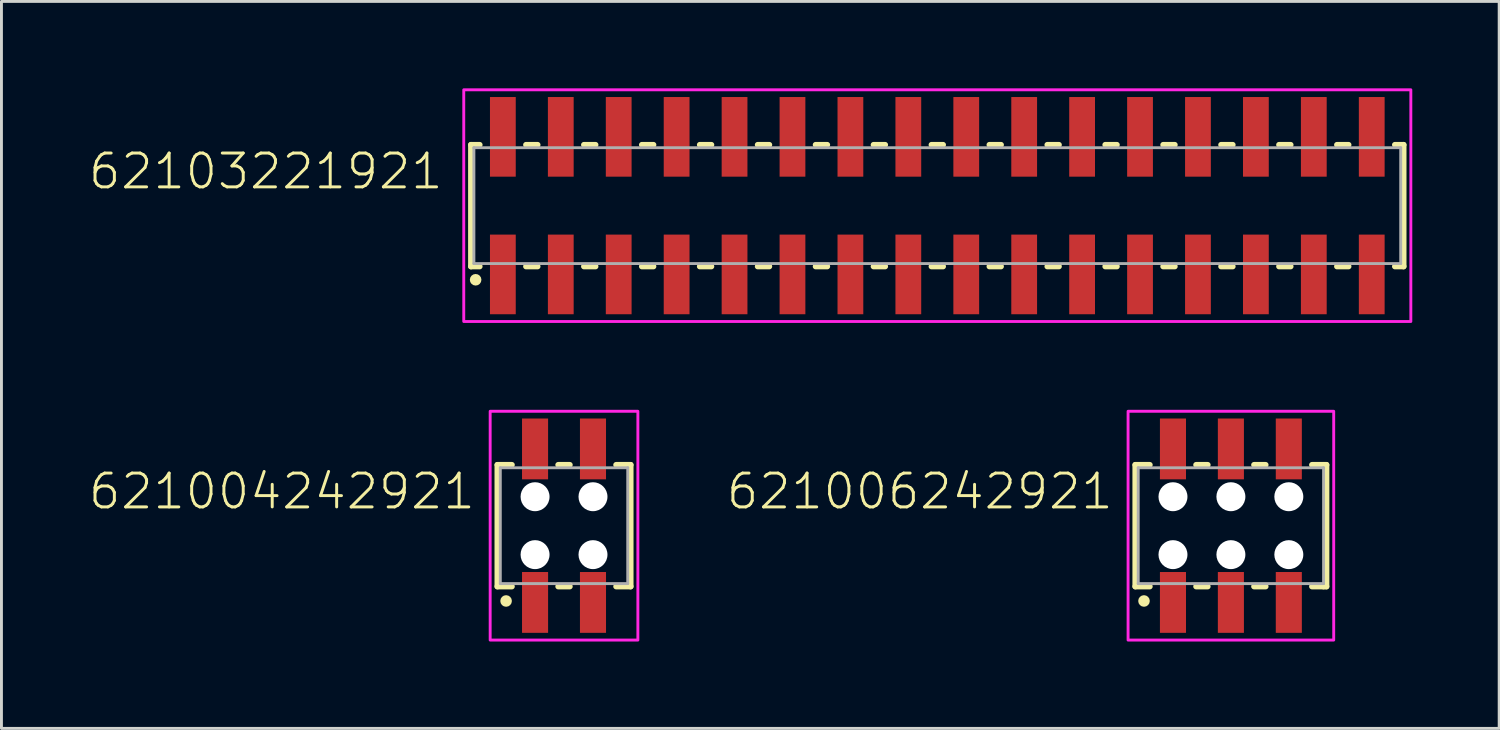
<source format=kicad_pcb>
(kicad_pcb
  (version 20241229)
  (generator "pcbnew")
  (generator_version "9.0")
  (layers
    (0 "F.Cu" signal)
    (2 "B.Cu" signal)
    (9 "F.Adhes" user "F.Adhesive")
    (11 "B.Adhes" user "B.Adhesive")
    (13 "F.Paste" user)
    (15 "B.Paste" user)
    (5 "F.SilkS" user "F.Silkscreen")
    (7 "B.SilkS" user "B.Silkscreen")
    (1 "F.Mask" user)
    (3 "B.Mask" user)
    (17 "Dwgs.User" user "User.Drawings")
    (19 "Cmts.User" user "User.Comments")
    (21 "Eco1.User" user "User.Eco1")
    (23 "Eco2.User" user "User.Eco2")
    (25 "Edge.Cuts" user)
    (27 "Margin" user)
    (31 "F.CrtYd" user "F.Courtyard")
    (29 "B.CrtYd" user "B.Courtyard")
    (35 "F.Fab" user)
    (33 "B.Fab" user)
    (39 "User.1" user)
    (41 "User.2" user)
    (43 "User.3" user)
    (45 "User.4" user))
  (footprint "62103221921"
    (layer "F.Cu")
    (at 29.312 4.05)
    (property "Reference" "62103221921" (at -17 -0.5 0) (unlocked yes) (layer "F.SilkS") (effects (font (size 1.168 1.168) (thickness 0.102)) (justify right bottom)))
    (fp_line (start -16.1 -2.1) (end -16.1 2.1) (stroke (width 0.2) (type solid)) (layer "F.SilkS"))
    (fp_line (start -16.1 2.1) (end -15.8 2.1) (stroke (width 0.2) (type solid)) (layer "F.SilkS"))
    (fp_line (start -15.8 -2.1) (end -16.1 -2.1) (stroke (width 0.2) (type solid)) (layer "F.SilkS"))
    (fp_line (start -14.2 -2.1) (end -13.8 -2.1) (stroke (width 0.2) (type solid)) (layer "F.SilkS"))
    (fp_line (start -13.8 2.1) (end -14.2 2.1) (stroke (width 0.2) (type solid)) (layer "F.SilkS"))
    (fp_line (start -12.2 -2.1) (end -11.8 -2.1) (stroke (width 0.2) (type solid)) (layer "F.SilkS"))
    (fp_line (start -11.8 2.1) (end -12.2 2.1) (stroke (width 0.2) (type solid)) (layer "F.SilkS"))
    (fp_line (start -10.2 -2.1) (end -9.8 -2.1) (stroke (width 0.2) (type solid)) (layer "F.SilkS"))
    (fp_line (start -9.8 2.1) (end -10.2 2.1) (stroke (width 0.2) (type solid)) (layer "F.SilkS"))
    (fp_line (start -8.2 -2.1) (end -7.8 -2.1) (stroke (width 0.2) (type solid)) (layer "F.SilkS"))
    (fp_line (start -7.8 2.1) (end -8.2 2.1) (stroke (width 0.2) (type solid)) (layer "F.SilkS"))
    (fp_line (start -6.2 -2.1) (end -5.8 -2.1) (stroke (width 0.2) (type solid)) (layer "F.SilkS"))
    (fp_line (start -5.8 2.1) (end -6.2 2.1) (stroke (width 0.2) (type solid)) (layer "F.SilkS"))
    (fp_line (start -4.2 -2.1) (end -3.8 -2.1) (stroke (width 0.2) (type solid)) (layer "F.SilkS"))
    (fp_line (start -3.8 2.1) (end -4.2 2.1) (stroke (width 0.2) (type solid)) (layer "F.SilkS"))
    (fp_line (start -2.2 -2.1) (end -1.8 -2.1) (stroke (width 0.2) (type solid)) (layer "F.SilkS"))
    (fp_line (start -1.8 2.1) (end -2.2 2.1) (stroke (width 0.2) (type solid)) (layer "F.SilkS"))
    (fp_line (start -0.2 -2.1) (end 0.2 -2.1) (stroke (width 0.2) (type solid)) (layer "F.SilkS"))
    (fp_line (start 0.2 2.1) (end -0.2 2.1) (stroke (width 0.2) (type solid)) (layer "F.SilkS"))
    (fp_line (start 1.8 -2.1) (end 2.2 -2.1) (stroke (width 0.2) (type solid)) (layer "F.SilkS"))
    (fp_line (start 2.2 2.1) (end 1.8 2.1) (stroke (width 0.2) (type solid)) (layer "F.SilkS"))
    (fp_line (start 3.8 -2.1) (end 4.2 -2.1) (stroke (width 0.2) (type solid)) (layer "F.SilkS"))
    (fp_line (start 4.2 2.1) (end 3.8 2.1) (stroke (width 0.2) (type solid)) (layer "F.SilkS"))
    (fp_line (start 5.8 -2.1) (end 6.2 -2.1) (stroke (width 0.2) (type solid)) (layer "F.SilkS"))
    (fp_line (start 6.2 2.1) (end 5.8 2.1) (stroke (width 0.2) (type solid)) (layer "F.SilkS"))
    (fp_line (start 7.8 -2.1) (end 8.2 -2.1) (stroke (width 0.2) (type solid)) (layer "F.SilkS"))
    (fp_line (start 8.2 2.1) (end 7.8 2.1) (stroke (width 0.2) (type solid)) (layer "F.SilkS"))
    (fp_line (start 9.8 -2.1) (end 10.2 -2.1) (stroke (width 0.2) (type solid)) (layer "F.SilkS"))
    (fp_line (start 10.2 2.1) (end 9.8 2.1) (stroke (width 0.2) (type solid)) (layer "F.SilkS"))
    (fp_line (start 11.8 -2.1) (end 12.2 -2.1) (stroke (width 0.2) (type solid)) (layer "F.SilkS"))
    (fp_line (start 12.2 2.1) (end 11.8 2.1) (stroke (width 0.2) (type solid)) (layer "F.SilkS"))
    (fp_line (start 13.8 -2.1) (end 14.2 -2.1) (stroke (width 0.2) (type solid)) (layer "F.SilkS"))
    (fp_line (start 14.2 2.1) (end 13.8 2.1) (stroke (width 0.2) (type solid)) (layer "F.SilkS"))
    (fp_line (start 15.8 -2.1) (end 16.1 -2.1) (stroke (width 0.2) (type solid)) (layer "F.SilkS"))
    (fp_line (start 16.1 -2.1) (end 16.1 2.1) (stroke (width 0.2) (type solid)) (layer "F.SilkS"))
    (fp_line (start 16.1 2.1) (end 15.8 2.1) (stroke (width 0.2) (type solid)) (layer "F.SilkS"))
    (fp_circle (center -15.94 2.56) (end -15.84 2.56) (stroke (width 0.2) (type solid)) (fill no) (layer "F.SilkS"))
    (fp_poly (pts (xy 16.35 4) (xy -16.35 4) (xy -16.35 -4) (xy 16.35 -4)) (stroke (width 0.1) (type default)) (fill no) (layer "F.CrtYd"))
    (fp_line (start -16 -2) (end 16 -2) (stroke (width 0.1) (type solid)) (layer "F.Fab"))
    (fp_line (start -16 2) (end -16 -2) (stroke (width 0.1) (type solid)) (layer "F.Fab"))
    (fp_line (start 16 -2) (end 16 2) (stroke (width 0.1) (type solid)) (layer "F.Fab"))
    (fp_line (start 16 2) (end -16 2) (stroke (width 0.1) (type solid)) (layer "F.Fab"))
    (pad "1" smd rect (at -15 2.375) (size 0.89 2.75) (layers "F.Cu" "F.Mask" "F.Paste"))
    (pad "2" smd rect (at -15 -2.375) (size 0.89 2.75) (layers "F.Cu" "F.Mask" "F.Paste"))
    (pad "3" smd rect (at -13 2.375) (size 0.89 2.75) (layers "F.Cu" "F.Mask" "F.Paste"))
    (pad "4" smd rect (at -13 -2.375) (size 0.89 2.75) (layers "F.Cu" "F.Mask" "F.Paste"))
    (pad "5" smd rect (at -11 2.375) (size 0.89 2.75) (layers "F.Cu" "F.Mask" "F.Paste"))
    (pad "6" smd rect (at -11 -2.375) (size 0.89 2.75) (layers "F.Cu" "F.Mask" "F.Paste"))
    (pad "7" smd rect (at -9 2.375) (size 0.89 2.75) (layers "F.Cu" "F.Mask" "F.Paste"))
    (pad "8" smd rect (at -9 -2.375) (size 0.89 2.75) (layers "F.Cu" "F.Mask" "F.Paste"))
    (pad "9" smd rect (at -7 2.375) (size 0.89 2.75) (layers "F.Cu" "F.Mask" "F.Paste"))
    (pad "10" smd rect (at -7 -2.375) (size 0.89 2.75) (layers "F.Cu" "F.Mask" "F.Paste"))
    (pad "11" smd rect (at -5 2.375) (size 0.89 2.75) (layers "F.Cu" "F.Mask" "F.Paste"))
    (pad "12" smd rect (at -5 -2.375) (size 0.89 2.75) (layers "F.Cu" "F.Mask" "F.Paste"))
    (pad "13" smd rect (at -3 2.375) (size 0.89 2.75) (layers "F.Cu" "F.Mask" "F.Paste"))
    (pad "14" smd rect (at -3 -2.375) (size 0.89 2.75) (layers "F.Cu" "F.Mask" "F.Paste"))
    (pad "15" smd rect (at -1 2.375) (size 0.89 2.75) (layers "F.Cu" "F.Mask" "F.Paste"))
    (pad "16" smd rect (at -1 -2.375) (size 0.89 2.75) (layers "F.Cu" "F.Mask" "F.Paste"))
    (pad "17" smd rect (at 1 2.375) (size 0.89 2.75) (layers "F.Cu" "F.Mask" "F.Paste"))
    (pad "18" smd rect (at 1 -2.375) (size 0.89 2.75) (layers "F.Cu" "F.Mask" "F.Paste"))
    (pad "19" smd rect (at 3 2.375) (size 0.89 2.75) (layers "F.Cu" "F.Mask" "F.Paste"))
    (pad "20" smd rect (at 3 -2.375) (size 0.89 2.75) (layers "F.Cu" "F.Mask" "F.Paste"))
    (pad "21" smd rect (at 5 2.375) (size 0.89 2.75) (layers "F.Cu" "F.Mask" "F.Paste"))
    (pad "22" smd rect (at 5 -2.375) (size 0.89 2.75) (layers "F.Cu" "F.Mask" "F.Paste"))
    (pad "23" smd rect (at 7 2.375) (size 0.89 2.75) (layers "F.Cu" "F.Mask" "F.Paste"))
    (pad "24" smd rect (at 7 -2.375) (size 0.89 2.75) (layers "F.Cu" "F.Mask" "F.Paste"))
    (pad "25" smd rect (at 9 2.375) (size 0.89 2.75) (layers "F.Cu" "F.Mask" "F.Paste"))
    (pad "26" smd rect (at 9 -2.375) (size 0.89 2.75) (layers "F.Cu" "F.Mask" "F.Paste"))
    (pad "27" smd rect (at 11 2.375) (size 0.89 2.75) (layers "F.Cu" "F.Mask" "F.Paste"))
    (pad "28" smd rect (at 11 -2.375) (size 0.89 2.75) (layers "F.Cu" "F.Mask" "F.Paste"))
    (pad "29" smd rect (at 13 2.375) (size 0.89 2.75) (layers "F.Cu" "F.Mask" "F.Paste"))
    (pad "30" smd rect (at 13 -2.375) (size 0.89 2.75) (layers "F.Cu" "F.Mask" "F.Paste"))
    (pad "31" smd rect (at 15 2.375) (size 0.89 2.75) (layers "F.Cu" "F.Mask" "F.Paste"))
    (pad "32" smd rect (at 15 -2.375) (size 0.89 2.75) (layers "F.Cu" "F.Mask" "F.Paste")))
  (footprint "621004242921"
    (layer "F.Cu")
    (at 16.424 15.1)
    (property "Reference" "621004242921" (at -3 -0.5 0) (unlocked yes) (layer "F.SilkS") (effects (font (size 1.168 1.168) (thickness 0.102)) (justify right bottom)))
    (fp_line (start -2.3 -2.1) (end -2.3 2.1) (stroke (width 0.2) (type solid)) (layer "F.SilkS"))
    (fp_line (start -2.3 2.1) (end -1.8 2.1) (stroke (width 0.2) (type solid)) (layer "F.SilkS"))
    (fp_line (start -1.8 -2.1) (end -2.3 -2.1) (stroke (width 0.2) (type solid)) (layer "F.SilkS"))
    (fp_line (start -0.2 2.1) (end 0.2 2.1) (stroke (width 0.2) (type solid)) (layer "F.SilkS"))
    (fp_line (start 0.2 -2.1) (end -0.2 -2.1) (stroke (width 0.2) (type solid)) (layer "F.SilkS"))
    (fp_line (start 1.8 -2.1) (end 2.3 -2.1) (stroke (width 0.2) (type solid)) (layer "F.SilkS"))
    (fp_line (start 2.3 -2.1) (end 2.3 2.1) (stroke (width 0.2) (type solid)) (layer "F.SilkS"))
    (fp_line (start 2.3 2.1) (end 1.8 2.1) (stroke (width 0.2) (type solid)) (layer "F.SilkS"))
    (fp_circle (center -2 2.6) (end -1.9 2.6) (stroke (width 0.2) (type solid)) (fill no) (layer "F.SilkS"))
    (fp_poly (pts (xy 2.55 3.95) (xy -2.55 3.95) (xy -2.55 -3.95) (xy 2.55 -3.95)) (stroke (width 0.1) (type default)) (fill no) (layer "F.CrtYd"))
    (fp_line (start -2.2 -2) (end -2.2 2) (stroke (width 0.1) (type solid)) (layer "F.Fab"))
    (fp_line (start -2.2 2) (end 2.2 2) (stroke (width 0.1) (type solid)) (layer "F.Fab"))
    (fp_line (start 2.2 -2) (end -2.2 -2) (stroke (width 0.1) (type solid)) (layer "F.Fab"))
    (fp_line (start 2.2 2) (end 2.2 -2) (stroke (width 0.1) (type solid)) (layer "F.Fab"))
    (pad "" np_thru_hole circle (at -1 -1) (size 1 1) (drill 1) (layers "*.Cu" "*.Mask"))
    (pad "" np_thru_hole circle (at -1 1) (size 1 1) (drill 1) (layers "*.Cu" "*.Mask"))
    (pad "" np_thru_hole circle (at 1 -1) (size 1 1) (drill 1) (layers "*.Cu" "*.Mask"))
    (pad "" np_thru_hole circle (at 1 1) (size 1 1) (drill 1) (layers "*.Cu" "*.Mask"))
    (pad "1" smd rect (at -1 2.65) (size 0.9 2.1) (layers "F.Cu" "F.Mask" "F.Paste"))
    (pad "2" smd rect (at -1 -2.65) (size 0.9 2.1) (layers "F.Cu" "F.Mask" "F.Paste"))
    (pad "3" smd rect (at 1 2.65) (size 0.9 2.1) (layers "F.Cu" "F.Mask" "F.Paste"))
    (pad "4" smd rect (at 1 -2.65) (size 0.9 2.1) (layers "F.Cu" "F.Mask" "F.Paste")))
  (footprint "621006242921"
    (layer "F.Cu")
    (at 39.449 15.1)
    (property "Reference" "621006242921" (at -4 -0.5 0) (unlocked yes) (layer "F.SilkS") (effects (font (size 1.168 1.168) (thickness 0.102)) (justify right bottom)))
    (fp_line (start -3.3 -2.1) (end -3.3 2.1) (stroke (width 0.2) (type solid)) (layer "F.SilkS"))
    (fp_line (start -3.3 2.1) (end -2.8 2.1) (stroke (width 0.2) (type solid)) (layer "F.SilkS"))
    (fp_line (start -2.8 -2.1) (end -3.3 -2.1) (stroke (width 0.2) (type solid)) (layer "F.SilkS"))
    (fp_line (start -1.2 2.1) (end -0.8 2.1) (stroke (width 0.2) (type solid)) (layer "F.SilkS"))
    (fp_line (start -0.8 -2.1) (end -1.2 -2.1) (stroke (width 0.2) (type solid)) (layer "F.SilkS"))
    (fp_line (start 0.8 2.1) (end 1.2 2.1) (stroke (width 0.2) (type solid)) (layer "F.SilkS"))
    (fp_line (start 1.2 -2.1) (end 0.8 -2.1) (stroke (width 0.2) (type solid)) (layer "F.SilkS"))
    (fp_line (start 2.8 2.1) (end 3.2 2.1) (stroke (width 0.2) (type solid)) (layer "F.SilkS"))
    (fp_line (start 3.2 -2.1) (end 2.8 -2.1) (stroke (width 0.2) (type solid)) (layer "F.SilkS"))
    (fp_line (start 3.2 -2.1) (end 3.3 -2.1) (stroke (width 0.2) (type solid)) (layer "F.SilkS"))
    (fp_line (start 3.3 -2.1) (end 3.3 2.1) (stroke (width 0.2) (type solid)) (layer "F.SilkS"))
    (fp_line (start 3.3 2.1) (end 3.2 2.1) (stroke (width 0.2) (type solid)) (layer "F.SilkS"))
    (fp_circle (center -3 2.6) (end -2.9 2.6) (stroke (width 0.2) (type solid)) (fill no) (layer "F.SilkS"))
    (fp_poly (pts (xy 3.55 3.95) (xy -3.55 3.95) (xy -3.55 -3.95) (xy 3.55 -3.95)) (stroke (width 0.1) (type default)) (fill no) (layer "F.CrtYd"))
    (fp_line (start -3.2 -2) (end -3.2 2) (stroke (width 0.1) (type solid)) (layer "F.Fab"))
    (fp_line (start -3.2 2) (end 3.2 2) (stroke (width 0.1) (type solid)) (layer "F.Fab"))
    (fp_line (start 3.2 -2) (end -3.2 -2) (stroke (width 0.1) (type solid)) (layer "F.Fab"))
    (fp_line (start 3.2 2) (end 3.2 -2) (stroke (width 0.1) (type solid)) (layer "F.Fab"))
    (pad "" np_thru_hole circle (at -2 -1) (size 1 1) (drill 1) (layers "*.Cu" "*.Mask"))
    (pad "" np_thru_hole circle (at -2 1) (size 1 1) (drill 1) (layers "*.Cu" "*.Mask"))
    (pad "" np_thru_hole circle (at 0 -1) (size 1 1) (drill 1) (layers "*.Cu" "*.Mask"))
    (pad "" np_thru_hole circle (at 0 1) (size 1 1) (drill 1) (layers "*.Cu" "*.Mask"))
    (pad "" np_thru_hole circle (at 2 -1) (size 1 1) (drill 1) (layers "*.Cu" "*.Mask"))
    (pad "" np_thru_hole circle (at 2 1) (size 1 1) (drill 1) (layers "*.Cu" "*.Mask"))
    (pad "1" smd rect (at -2 2.65) (size 0.9 2.1) (layers "F.Cu" "F.Mask" "F.Paste"))
    (pad "2" smd rect (at -2 -2.65) (size 0.9 2.1) (layers "F.Cu" "F.Mask" "F.Paste"))
    (pad "3" smd rect (at 0 2.65) (size 0.9 2.1) (layers "F.Cu" "F.Mask" "F.Paste"))
    (pad "4" smd rect (at 0 -2.65) (size 0.9 2.1) (layers "F.Cu" "F.Mask" "F.Paste"))
    (pad "5" smd rect (at 2 2.65) (size 0.9 2.1) (layers "F.Cu" "F.Mask" "F.Paste"))
    (pad "6" smd rect (at 2 -2.65) (size 0.9 2.1) (layers "F.Cu" "F.Mask" "F.Paste")))
  (gr_rect
    (start -3 -3)
    (end 48.712 22.1)
    (stroke (width 0.1) (type default))
    (fill no)
    (layer "Edge.Cuts")))
</source>
